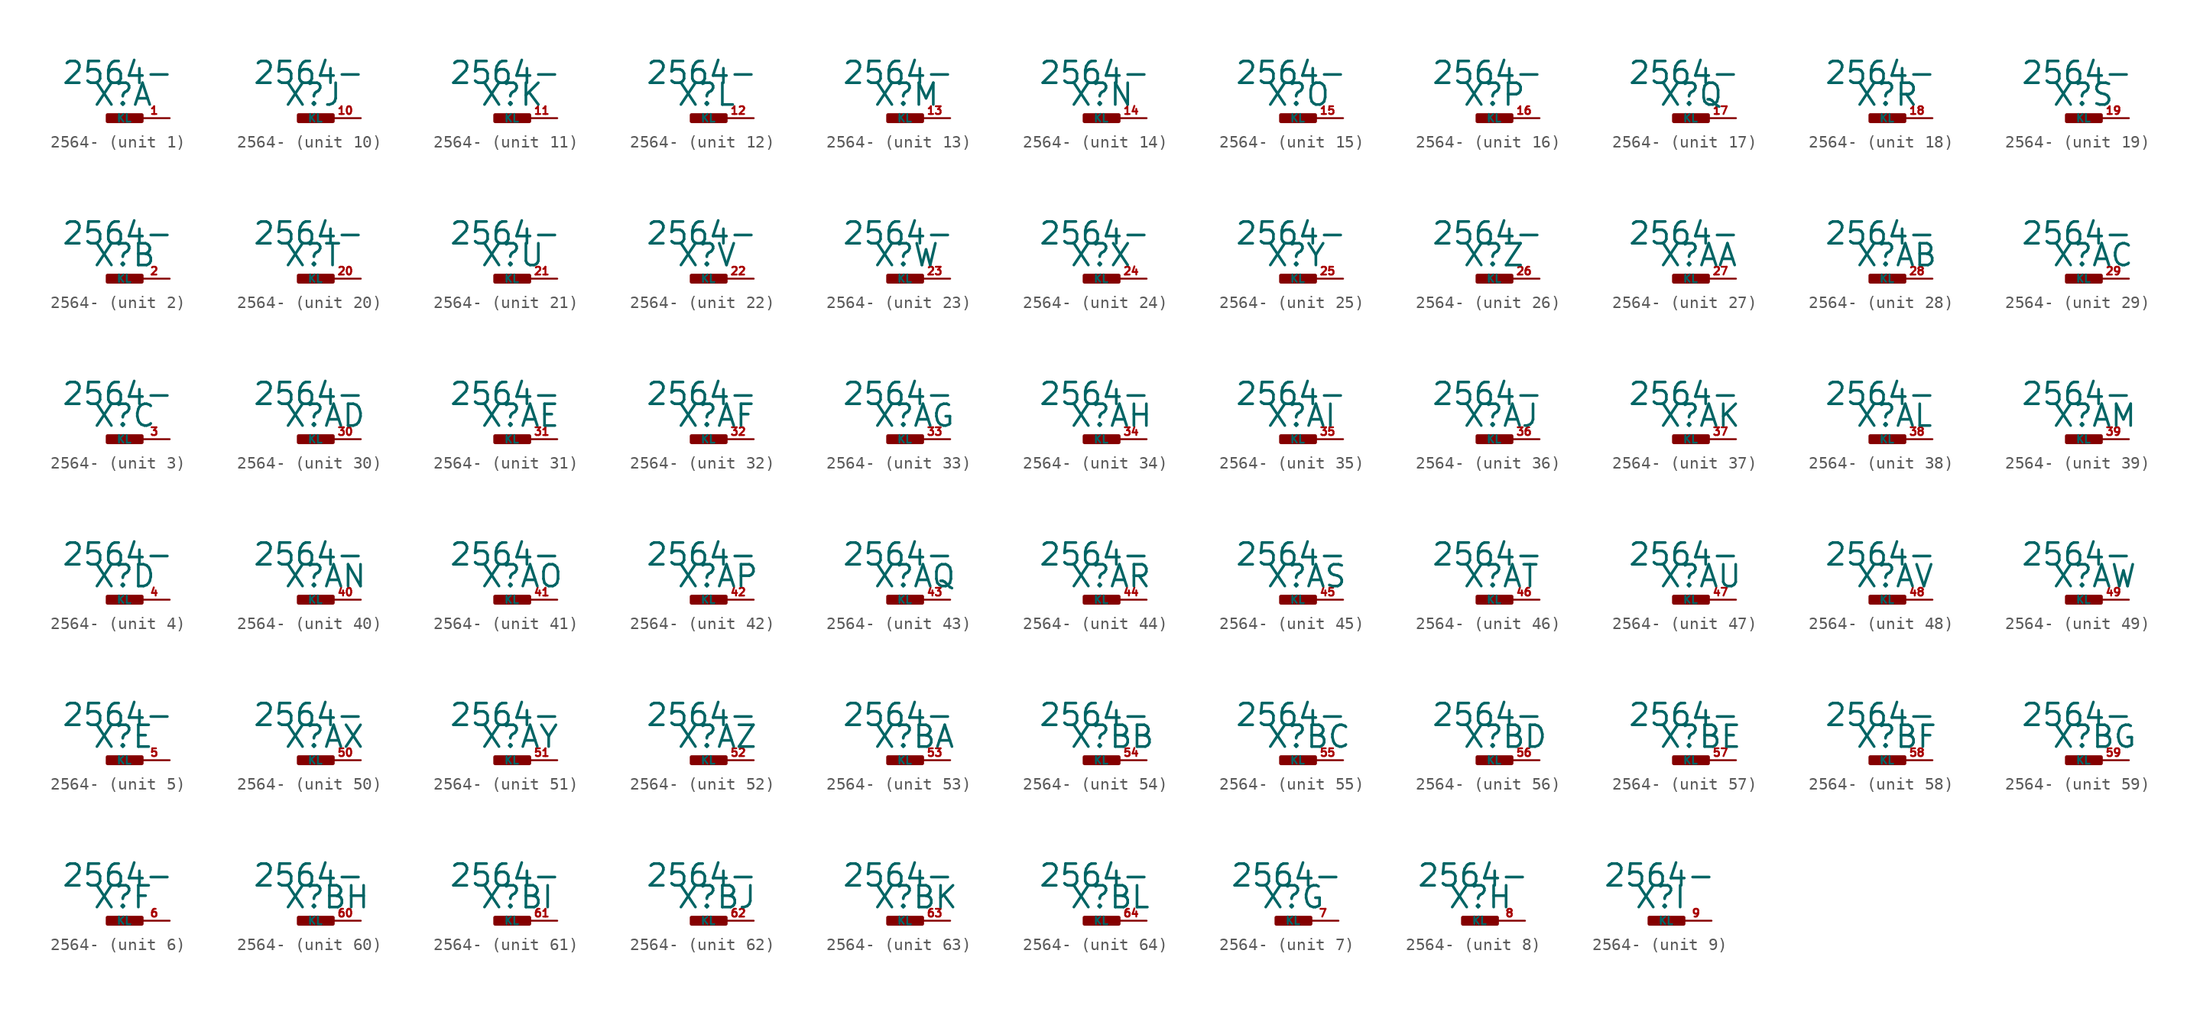
<source format=kicad_sym>
(kicad_symbol_lib
  (version 20220914)
  (generator Eagle2Kicad)
  (symbol "2564-"
    (property "Reference" "X"
      (at -1.27 0.889 0)
      (effects (font (size 1.778 1.778) (thickness 0.22)) (justify left bottom)))
    (property "Value" "2564-"
      (at -3.81 2.667 0)
      (effects (font (size 1.778 1.778) (thickness 0.22)) (justify left bottom)))
    (symbol "2564-_1_0"
      (rectangle (start 0 -0.254) (end 2.794 0.254) (stroke (width 0.3) (type default)) (fill (type outline)))
      (pin passive line (at 5.08 0 180) (length 2.54) (name "KL" (effects (font (size 0.635 0.635) (thickness 0.08)) (justify left bottom))) (number "1" (effects (font (size 0.635 0.635) (thickness 0.08)) (justify left bottom)))))
    (symbol "2564-_2_0"
      (rectangle (start 0 -0.254) (end 2.794 0.254) (stroke (width 0.3) (type default)) (fill (type outline)))
      (pin passive line (at 5.08 0 180) (length 2.54) (name "KL" (effects (font (size 0.635 0.635) (thickness 0.08)) (justify left bottom))) (number "2" (effects (font (size 0.635 0.635) (thickness 0.08)) (justify left bottom)))))
    (symbol "2564-_3_0"
      (rectangle (start 0 -0.254) (end 2.794 0.254) (stroke (width 0.3) (type default)) (fill (type outline)))
      (pin passive line (at 5.08 0 180) (length 2.54) (name "KL" (effects (font (size 0.635 0.635) (thickness 0.08)) (justify left bottom))) (number "3" (effects (font (size 0.635 0.635) (thickness 0.08)) (justify left bottom)))))
    (symbol "2564-_4_0"
      (rectangle (start 0 -0.254) (end 2.794 0.254) (stroke (width 0.3) (type default)) (fill (type outline)))
      (pin passive line (at 5.08 0 180) (length 2.54) (name "KL" (effects (font (size 0.635 0.635) (thickness 0.08)) (justify left bottom))) (number "4" (effects (font (size 0.635 0.635) (thickness 0.08)) (justify left bottom)))))
    (symbol "2564-_5_0"
      (rectangle (start 0 -0.254) (end 2.794 0.254) (stroke (width 0.3) (type default)) (fill (type outline)))
      (pin passive line (at 5.08 0 180) (length 2.54) (name "KL" (effects (font (size 0.635 0.635) (thickness 0.08)) (justify left bottom))) (number "5" (effects (font (size 0.635 0.635) (thickness 0.08)) (justify left bottom)))))
    (symbol "2564-_6_0"
      (rectangle (start 0 -0.254) (end 2.794 0.254) (stroke (width 0.3) (type default)) (fill (type outline)))
      (pin passive line (at 5.08 0 180) (length 2.54) (name "KL" (effects (font (size 0.635 0.635) (thickness 0.08)) (justify left bottom))) (number "6" (effects (font (size 0.635 0.635) (thickness 0.08)) (justify left bottom)))))
    (symbol "2564-_7_0"
      (rectangle (start 0 -0.254) (end 2.794 0.254) (stroke (width 0.3) (type default)) (fill (type outline)))
      (pin passive line (at 5.08 0 180) (length 2.54) (name "KL" (effects (font (size 0.635 0.635) (thickness 0.08)) (justify left bottom))) (number "7" (effects (font (size 0.635 0.635) (thickness 0.08)) (justify left bottom)))))
    (symbol "2564-_8_0"
      (rectangle (start 0 -0.254) (end 2.794 0.254) (stroke (width 0.3) (type default)) (fill (type outline)))
      (pin passive line (at 5.08 0 180) (length 2.54) (name "KL" (effects (font (size 0.635 0.635) (thickness 0.08)) (justify left bottom))) (number "8" (effects (font (size 0.635 0.635) (thickness 0.08)) (justify left bottom)))))
    (symbol "2564-_9_0"
      (rectangle (start 0 -0.254) (end 2.794 0.254) (stroke (width 0.3) (type default)) (fill (type outline)))
      (pin passive line (at 5.08 0 180) (length 2.54) (name "KL" (effects (font (size 0.635 0.635) (thickness 0.08)) (justify left bottom))) (number "9" (effects (font (size 0.635 0.635) (thickness 0.08)) (justify left bottom)))))
    (symbol "2564-_10_0"
      (rectangle (start 0 -0.254) (end 2.794 0.254) (stroke (width 0.3) (type default)) (fill (type outline)))
      (pin passive line (at 5.08 0 180) (length 2.54) (name "KL" (effects (font (size 0.635 0.635) (thickness 0.08)) (justify left bottom))) (number "10" (effects (font (size 0.635 0.635) (thickness 0.08)) (justify left bottom)))))
    (symbol "2564-_11_0"
      (rectangle (start 0 -0.254) (end 2.794 0.254) (stroke (width 0.3) (type default)) (fill (type outline)))
      (pin passive line (at 5.08 0 180) (length 2.54) (name "KL" (effects (font (size 0.635 0.635) (thickness 0.08)) (justify left bottom))) (number "11" (effects (font (size 0.635 0.635) (thickness 0.08)) (justify left bottom)))))
    (symbol "2564-_12_0"
      (rectangle (start 0 -0.254) (end 2.794 0.254) (stroke (width 0.3) (type default)) (fill (type outline)))
      (pin passive line (at 5.08 0 180) (length 2.54) (name "KL" (effects (font (size 0.635 0.635) (thickness 0.08)) (justify left bottom))) (number "12" (effects (font (size 0.635 0.635) (thickness 0.08)) (justify left bottom)))))
    (symbol "2564-_13_0"
      (rectangle (start 0 -0.254) (end 2.794 0.254) (stroke (width 0.3) (type default)) (fill (type outline)))
      (pin passive line (at 5.08 0 180) (length 2.54) (name "KL" (effects (font (size 0.635 0.635) (thickness 0.08)) (justify left bottom))) (number "13" (effects (font (size 0.635 0.635) (thickness 0.08)) (justify left bottom)))))
    (symbol "2564-_14_0"
      (rectangle (start 0 -0.254) (end 2.794 0.254) (stroke (width 0.3) (type default)) (fill (type outline)))
      (pin passive line (at 5.08 0 180) (length 2.54) (name "KL" (effects (font (size 0.635 0.635) (thickness 0.08)) (justify left bottom))) (number "14" (effects (font (size 0.635 0.635) (thickness 0.08)) (justify left bottom)))))
    (symbol "2564-_15_0"
      (rectangle (start 0 -0.254) (end 2.794 0.254) (stroke (width 0.3) (type default)) (fill (type outline)))
      (pin passive line (at 5.08 0 180) (length 2.54) (name "KL" (effects (font (size 0.635 0.635) (thickness 0.08)) (justify left bottom))) (number "15" (effects (font (size 0.635 0.635) (thickness 0.08)) (justify left bottom)))))
    (symbol "2564-_16_0"
      (rectangle (start 0 -0.254) (end 2.794 0.254) (stroke (width 0.3) (type default)) (fill (type outline)))
      (pin passive line (at 5.08 0 180) (length 2.54) (name "KL" (effects (font (size 0.635 0.635) (thickness 0.08)) (justify left bottom))) (number "16" (effects (font (size 0.635 0.635) (thickness 0.08)) (justify left bottom)))))
    (symbol "2564-_17_0"
      (rectangle (start 0 -0.254) (end 2.794 0.254) (stroke (width 0.3) (type default)) (fill (type outline)))
      (pin passive line (at 5.08 0 180) (length 2.54) (name "KL" (effects (font (size 0.635 0.635) (thickness 0.08)) (justify left bottom))) (number "17" (effects (font (size 0.635 0.635) (thickness 0.08)) (justify left bottom)))))
    (symbol "2564-_18_0"
      (rectangle (start 0 -0.254) (end 2.794 0.254) (stroke (width 0.3) (type default)) (fill (type outline)))
      (pin passive line (at 5.08 0 180) (length 2.54) (name "KL" (effects (font (size 0.635 0.635) (thickness 0.08)) (justify left bottom))) (number "18" (effects (font (size 0.635 0.635) (thickness 0.08)) (justify left bottom)))))
    (symbol "2564-_19_0"
      (rectangle (start 0 -0.254) (end 2.794 0.254) (stroke (width 0.3) (type default)) (fill (type outline)))
      (pin passive line (at 5.08 0 180) (length 2.54) (name "KL" (effects (font (size 0.635 0.635) (thickness 0.08)) (justify left bottom))) (number "19" (effects (font (size 0.635 0.635) (thickness 0.08)) (justify left bottom)))))
    (symbol "2564-_20_0"
      (rectangle (start 0 -0.254) (end 2.794 0.254) (stroke (width 0.3) (type default)) (fill (type outline)))
      (pin passive line (at 5.08 0 180) (length 2.54) (name "KL" (effects (font (size 0.635 0.635) (thickness 0.08)) (justify left bottom))) (number "20" (effects (font (size 0.635 0.635) (thickness 0.08)) (justify left bottom)))))
    (symbol "2564-_21_0"
      (rectangle (start 0 -0.254) (end 2.794 0.254) (stroke (width 0.3) (type default)) (fill (type outline)))
      (pin passive line (at 5.08 0 180) (length 2.54) (name "KL" (effects (font (size 0.635 0.635) (thickness 0.08)) (justify left bottom))) (number "21" (effects (font (size 0.635 0.635) (thickness 0.08)) (justify left bottom)))))
    (symbol "2564-_22_0"
      (rectangle (start 0 -0.254) (end 2.794 0.254) (stroke (width 0.3) (type default)) (fill (type outline)))
      (pin passive line (at 5.08 0 180) (length 2.54) (name "KL" (effects (font (size 0.635 0.635) (thickness 0.08)) (justify left bottom))) (number "22" (effects (font (size 0.635 0.635) (thickness 0.08)) (justify left bottom)))))
    (symbol "2564-_23_0"
      (rectangle (start 0 -0.254) (end 2.794 0.254) (stroke (width 0.3) (type default)) (fill (type outline)))
      (pin passive line (at 5.08 0 180) (length 2.54) (name "KL" (effects (font (size 0.635 0.635) (thickness 0.08)) (justify left bottom))) (number "23" (effects (font (size 0.635 0.635) (thickness 0.08)) (justify left bottom)))))
    (symbol "2564-_24_0"
      (rectangle (start 0 -0.254) (end 2.794 0.254) (stroke (width 0.3) (type default)) (fill (type outline)))
      (pin passive line (at 5.08 0 180) (length 2.54) (name "KL" (effects (font (size 0.635 0.635) (thickness 0.08)) (justify left bottom))) (number "24" (effects (font (size 0.635 0.635) (thickness 0.08)) (justify left bottom)))))
    (symbol "2564-_25_0"
      (rectangle (start 0 -0.254) (end 2.794 0.254) (stroke (width 0.3) (type default)) (fill (type outline)))
      (pin passive line (at 5.08 0 180) (length 2.54) (name "KL" (effects (font (size 0.635 0.635) (thickness 0.08)) (justify left bottom))) (number "25" (effects (font (size 0.635 0.635) (thickness 0.08)) (justify left bottom)))))
    (symbol "2564-_26_0"
      (rectangle (start 0 -0.254) (end 2.794 0.254) (stroke (width 0.3) (type default)) (fill (type outline)))
      (pin passive line (at 5.08 0 180) (length 2.54) (name "KL" (effects (font (size 0.635 0.635) (thickness 0.08)) (justify left bottom))) (number "26" (effects (font (size 0.635 0.635) (thickness 0.08)) (justify left bottom)))))
    (symbol "2564-_27_0"
      (rectangle (start 0 -0.254) (end 2.794 0.254) (stroke (width 0.3) (type default)) (fill (type outline)))
      (pin passive line (at 5.08 0 180) (length 2.54) (name "KL" (effects (font (size 0.635 0.635) (thickness 0.08)) (justify left bottom))) (number "27" (effects (font (size 0.635 0.635) (thickness 0.08)) (justify left bottom)))))
    (symbol "2564-_28_0"
      (rectangle (start 0 -0.254) (end 2.794 0.254) (stroke (width 0.3) (type default)) (fill (type outline)))
      (pin passive line (at 5.08 0 180) (length 2.54) (name "KL" (effects (font (size 0.635 0.635) (thickness 0.08)) (justify left bottom))) (number "28" (effects (font (size 0.635 0.635) (thickness 0.08)) (justify left bottom)))))
    (symbol "2564-_29_0"
      (rectangle (start 0 -0.254) (end 2.794 0.254) (stroke (width 0.3) (type default)) (fill (type outline)))
      (pin passive line (at 5.08 0 180) (length 2.54) (name "KL" (effects (font (size 0.635 0.635) (thickness 0.08)) (justify left bottom))) (number "29" (effects (font (size 0.635 0.635) (thickness 0.08)) (justify left bottom)))))
    (symbol "2564-_30_0"
      (rectangle (start 0 -0.254) (end 2.794 0.254) (stroke (width 0.3) (type default)) (fill (type outline)))
      (pin passive line (at 5.08 0 180) (length 2.54) (name "KL" (effects (font (size 0.635 0.635) (thickness 0.08)) (justify left bottom))) (number "30" (effects (font (size 0.635 0.635) (thickness 0.08)) (justify left bottom)))))
    (symbol "2564-_31_0"
      (rectangle (start 0 -0.254) (end 2.794 0.254) (stroke (width 0.3) (type default)) (fill (type outline)))
      (pin passive line (at 5.08 0 180) (length 2.54) (name "KL" (effects (font (size 0.635 0.635) (thickness 0.08)) (justify left bottom))) (number "31" (effects (font (size 0.635 0.635) (thickness 0.08)) (justify left bottom)))))
    (symbol "2564-_32_0"
      (rectangle (start 0 -0.254) (end 2.794 0.254) (stroke (width 0.3) (type default)) (fill (type outline)))
      (pin passive line (at 5.08 0 180) (length 2.54) (name "KL" (effects (font (size 0.635 0.635) (thickness 0.08)) (justify left bottom))) (number "32" (effects (font (size 0.635 0.635) (thickness 0.08)) (justify left bottom)))))
    (symbol "2564-_33_0"
      (rectangle (start 0 -0.254) (end 2.794 0.254) (stroke (width 0.3) (type default)) (fill (type outline)))
      (pin passive line (at 5.08 0 180) (length 2.54) (name "KL" (effects (font (size 0.635 0.635) (thickness 0.08)) (justify left bottom))) (number "33" (effects (font (size 0.635 0.635) (thickness 0.08)) (justify left bottom)))))
    (symbol "2564-_34_0"
      (rectangle (start 0 -0.254) (end 2.794 0.254) (stroke (width 0.3) (type default)) (fill (type outline)))
      (pin passive line (at 5.08 0 180) (length 2.54) (name "KL" (effects (font (size 0.635 0.635) (thickness 0.08)) (justify left bottom))) (number "34" (effects (font (size 0.635 0.635) (thickness 0.08)) (justify left bottom)))))
    (symbol "2564-_35_0"
      (rectangle (start 0 -0.254) (end 2.794 0.254) (stroke (width 0.3) (type default)) (fill (type outline)))
      (pin passive line (at 5.08 0 180) (length 2.54) (name "KL" (effects (font (size 0.635 0.635) (thickness 0.08)) (justify left bottom))) (number "35" (effects (font (size 0.635 0.635) (thickness 0.08)) (justify left bottom)))))
    (symbol "2564-_36_0"
      (rectangle (start 0 -0.254) (end 2.794 0.254) (stroke (width 0.3) (type default)) (fill (type outline)))
      (pin passive line (at 5.08 0 180) (length 2.54) (name "KL" (effects (font (size 0.635 0.635) (thickness 0.08)) (justify left bottom))) (number "36" (effects (font (size 0.635 0.635) (thickness 0.08)) (justify left bottom)))))
    (symbol "2564-_37_0"
      (rectangle (start 0 -0.254) (end 2.794 0.254) (stroke (width 0.3) (type default)) (fill (type outline)))
      (pin passive line (at 5.08 0 180) (length 2.54) (name "KL" (effects (font (size 0.635 0.635) (thickness 0.08)) (justify left bottom))) (number "37" (effects (font (size 0.635 0.635) (thickness 0.08)) (justify left bottom)))))
    (symbol "2564-_38_0"
      (rectangle (start 0 -0.254) (end 2.794 0.254) (stroke (width 0.3) (type default)) (fill (type outline)))
      (pin passive line (at 5.08 0 180) (length 2.54) (name "KL" (effects (font (size 0.635 0.635) (thickness 0.08)) (justify left bottom))) (number "38" (effects (font (size 0.635 0.635) (thickness 0.08)) (justify left bottom)))))
    (symbol "2564-_39_0"
      (rectangle (start 0 -0.254) (end 2.794 0.254) (stroke (width 0.3) (type default)) (fill (type outline)))
      (pin passive line (at 5.08 0 180) (length 2.54) (name "KL" (effects (font (size 0.635 0.635) (thickness 0.08)) (justify left bottom))) (number "39" (effects (font (size 0.635 0.635) (thickness 0.08)) (justify left bottom)))))
    (symbol "2564-_40_0"
      (rectangle (start 0 -0.254) (end 2.794 0.254) (stroke (width 0.3) (type default)) (fill (type outline)))
      (pin passive line (at 5.08 0 180) (length 2.54) (name "KL" (effects (font (size 0.635 0.635) (thickness 0.08)) (justify left bottom))) (number "40" (effects (font (size 0.635 0.635) (thickness 0.08)) (justify left bottom)))))
    (symbol "2564-_41_0"
      (rectangle (start 0 -0.254) (end 2.794 0.254) (stroke (width 0.3) (type default)) (fill (type outline)))
      (pin passive line (at 5.08 0 180) (length 2.54) (name "KL" (effects (font (size 0.635 0.635) (thickness 0.08)) (justify left bottom))) (number "41" (effects (font (size 0.635 0.635) (thickness 0.08)) (justify left bottom)))))
    (symbol "2564-_42_0"
      (rectangle (start 0 -0.254) (end 2.794 0.254) (stroke (width 0.3) (type default)) (fill (type outline)))
      (pin passive line (at 5.08 0 180) (length 2.54) (name "KL" (effects (font (size 0.635 0.635) (thickness 0.08)) (justify left bottom))) (number "42" (effects (font (size 0.635 0.635) (thickness 0.08)) (justify left bottom)))))
    (symbol "2564-_43_0"
      (rectangle (start 0 -0.254) (end 2.794 0.254) (stroke (width 0.3) (type default)) (fill (type outline)))
      (pin passive line (at 5.08 0 180) (length 2.54) (name "KL" (effects (font (size 0.635 0.635) (thickness 0.08)) (justify left bottom))) (number "43" (effects (font (size 0.635 0.635) (thickness 0.08)) (justify left bottom)))))
    (symbol "2564-_44_0"
      (rectangle (start 0 -0.254) (end 2.794 0.254) (stroke (width 0.3) (type default)) (fill (type outline)))
      (pin passive line (at 5.08 0 180) (length 2.54) (name "KL" (effects (font (size 0.635 0.635) (thickness 0.08)) (justify left bottom))) (number "44" (effects (font (size 0.635 0.635) (thickness 0.08)) (justify left bottom)))))
    (symbol "2564-_45_0"
      (rectangle (start 0 -0.254) (end 2.794 0.254) (stroke (width 0.3) (type default)) (fill (type outline)))
      (pin passive line (at 5.08 0 180) (length 2.54) (name "KL" (effects (font (size 0.635 0.635) (thickness 0.08)) (justify left bottom))) (number "45" (effects (font (size 0.635 0.635) (thickness 0.08)) (justify left bottom)))))
    (symbol "2564-_46_0"
      (rectangle (start 0 -0.254) (end 2.794 0.254) (stroke (width 0.3) (type default)) (fill (type outline)))
      (pin passive line (at 5.08 0 180) (length 2.54) (name "KL" (effects (font (size 0.635 0.635) (thickness 0.08)) (justify left bottom))) (number "46" (effects (font (size 0.635 0.635) (thickness 0.08)) (justify left bottom)))))
    (symbol "2564-_47_0"
      (rectangle (start 0 -0.254) (end 2.794 0.254) (stroke (width 0.3) (type default)) (fill (type outline)))
      (pin passive line (at 5.08 0 180) (length 2.54) (name "KL" (effects (font (size 0.635 0.635) (thickness 0.08)) (justify left bottom))) (number "47" (effects (font (size 0.635 0.635) (thickness 0.08)) (justify left bottom)))))
    (symbol "2564-_48_0"
      (rectangle (start 0 -0.254) (end 2.794 0.254) (stroke (width 0.3) (type default)) (fill (type outline)))
      (pin passive line (at 5.08 0 180) (length 2.54) (name "KL" (effects (font (size 0.635 0.635) (thickness 0.08)) (justify left bottom))) (number "48" (effects (font (size 0.635 0.635) (thickness 0.08)) (justify left bottom)))))
    (symbol "2564-_49_0"
      (rectangle (start 0 -0.254) (end 2.794 0.254) (stroke (width 0.3) (type default)) (fill (type outline)))
      (pin passive line (at 5.08 0 180) (length 2.54) (name "KL" (effects (font (size 0.635 0.635) (thickness 0.08)) (justify left bottom))) (number "49" (effects (font (size 0.635 0.635) (thickness 0.08)) (justify left bottom)))))
    (symbol "2564-_50_0"
      (rectangle (start 0 -0.254) (end 2.794 0.254) (stroke (width 0.3) (type default)) (fill (type outline)))
      (pin passive line (at 5.08 0 180) (length 2.54) (name "KL" (effects (font (size 0.635 0.635) (thickness 0.08)) (justify left bottom))) (number "50" (effects (font (size 0.635 0.635) (thickness 0.08)) (justify left bottom)))))
    (symbol "2564-_51_0"
      (rectangle (start 0 -0.254) (end 2.794 0.254) (stroke (width 0.3) (type default)) (fill (type outline)))
      (pin passive line (at 5.08 0 180) (length 2.54) (name "KL" (effects (font (size 0.635 0.635) (thickness 0.08)) (justify left bottom))) (number "51" (effects (font (size 0.635 0.635) (thickness 0.08)) (justify left bottom)))))
    (symbol "2564-_52_0"
      (rectangle (start 0 -0.254) (end 2.794 0.254) (stroke (width 0.3) (type default)) (fill (type outline)))
      (pin passive line (at 5.08 0 180) (length 2.54) (name "KL" (effects (font (size 0.635 0.635) (thickness 0.08)) (justify left bottom))) (number "52" (effects (font (size 0.635 0.635) (thickness 0.08)) (justify left bottom)))))
    (symbol "2564-_53_0"
      (rectangle (start 0 -0.254) (end 2.794 0.254) (stroke (width 0.3) (type default)) (fill (type outline)))
      (pin passive line (at 5.08 0 180) (length 2.54) (name "KL" (effects (font (size 0.635 0.635) (thickness 0.08)) (justify left bottom))) (number "53" (effects (font (size 0.635 0.635) (thickness 0.08)) (justify left bottom)))))
    (symbol "2564-_54_0"
      (rectangle (start 0 -0.254) (end 2.794 0.254) (stroke (width 0.3) (type default)) (fill (type outline)))
      (pin passive line (at 5.08 0 180) (length 2.54) (name "KL" (effects (font (size 0.635 0.635) (thickness 0.08)) (justify left bottom))) (number "54" (effects (font (size 0.635 0.635) (thickness 0.08)) (justify left bottom)))))
    (symbol "2564-_55_0"
      (rectangle (start 0 -0.254) (end 2.794 0.254) (stroke (width 0.3) (type default)) (fill (type outline)))
      (pin passive line (at 5.08 0 180) (length 2.54) (name "KL" (effects (font (size 0.635 0.635) (thickness 0.08)) (justify left bottom))) (number "55" (effects (font (size 0.635 0.635) (thickness 0.08)) (justify left bottom)))))
    (symbol "2564-_56_0"
      (rectangle (start 0 -0.254) (end 2.794 0.254) (stroke (width 0.3) (type default)) (fill (type outline)))
      (pin passive line (at 5.08 0 180) (length 2.54) (name "KL" (effects (font (size 0.635 0.635) (thickness 0.08)) (justify left bottom))) (number "56" (effects (font (size 0.635 0.635) (thickness 0.08)) (justify left bottom)))))
    (symbol "2564-_57_0"
      (rectangle (start 0 -0.254) (end 2.794 0.254) (stroke (width 0.3) (type default)) (fill (type outline)))
      (pin passive line (at 5.08 0 180) (length 2.54) (name "KL" (effects (font (size 0.635 0.635) (thickness 0.08)) (justify left bottom))) (number "57" (effects (font (size 0.635 0.635) (thickness 0.08)) (justify left bottom)))))
    (symbol "2564-_58_0"
      (rectangle (start 0 -0.254) (end 2.794 0.254) (stroke (width 0.3) (type default)) (fill (type outline)))
      (pin passive line (at 5.08 0 180) (length 2.54) (name "KL" (effects (font (size 0.635 0.635) (thickness 0.08)) (justify left bottom))) (number "58" (effects (font (size 0.635 0.635) (thickness 0.08)) (justify left bottom)))))
    (symbol "2564-_59_0"
      (rectangle (start 0 -0.254) (end 2.794 0.254) (stroke (width 0.3) (type default)) (fill (type outline)))
      (pin passive line (at 5.08 0 180) (length 2.54) (name "KL" (effects (font (size 0.635 0.635) (thickness 0.08)) (justify left bottom))) (number "59" (effects (font (size 0.635 0.635) (thickness 0.08)) (justify left bottom)))))
    (symbol "2564-_60_0"
      (rectangle (start 0 -0.254) (end 2.794 0.254) (stroke (width 0.3) (type default)) (fill (type outline)))
      (pin passive line (at 5.08 0 180) (length 2.54) (name "KL" (effects (font (size 0.635 0.635) (thickness 0.08)) (justify left bottom))) (number "60" (effects (font (size 0.635 0.635) (thickness 0.08)) (justify left bottom)))))
    (symbol "2564-_61_0"
      (rectangle (start 0 -0.254) (end 2.794 0.254) (stroke (width 0.3) (type default)) (fill (type outline)))
      (pin passive line (at 5.08 0 180) (length 2.54) (name "KL" (effects (font (size 0.635 0.635) (thickness 0.08)) (justify left bottom))) (number "61" (effects (font (size 0.635 0.635) (thickness 0.08)) (justify left bottom)))))
    (symbol "2564-_62_0"
      (rectangle (start 0 -0.254) (end 2.794 0.254) (stroke (width 0.3) (type default)) (fill (type outline)))
      (pin passive line (at 5.08 0 180) (length 2.54) (name "KL" (effects (font (size 0.635 0.635) (thickness 0.08)) (justify left bottom))) (number "62" (effects (font (size 0.635 0.635) (thickness 0.08)) (justify left bottom)))))
    (symbol "2564-_63_0"
      (rectangle (start 0 -0.254) (end 2.794 0.254) (stroke (width 0.3) (type default)) (fill (type outline)))
      (pin passive line (at 5.08 0 180) (length 2.54) (name "KL" (effects (font (size 0.635 0.635) (thickness 0.08)) (justify left bottom))) (number "63" (effects (font (size 0.635 0.635) (thickness 0.08)) (justify left bottom)))))
    (symbol "2564-_64_0"
      (rectangle (start 0 -0.254) (end 2.794 0.254) (stroke (width 0.3) (type default)) (fill (type outline)))
      (pin passive line (at 5.08 0 180) (length 2.54) (name "KL" (effects (font (size 0.635 0.635) (thickness 0.08)) (justify left bottom))) (number "64" (effects (font (size 0.635 0.635) (thickness 0.08)) (justify left bottom)))))))
</source>
